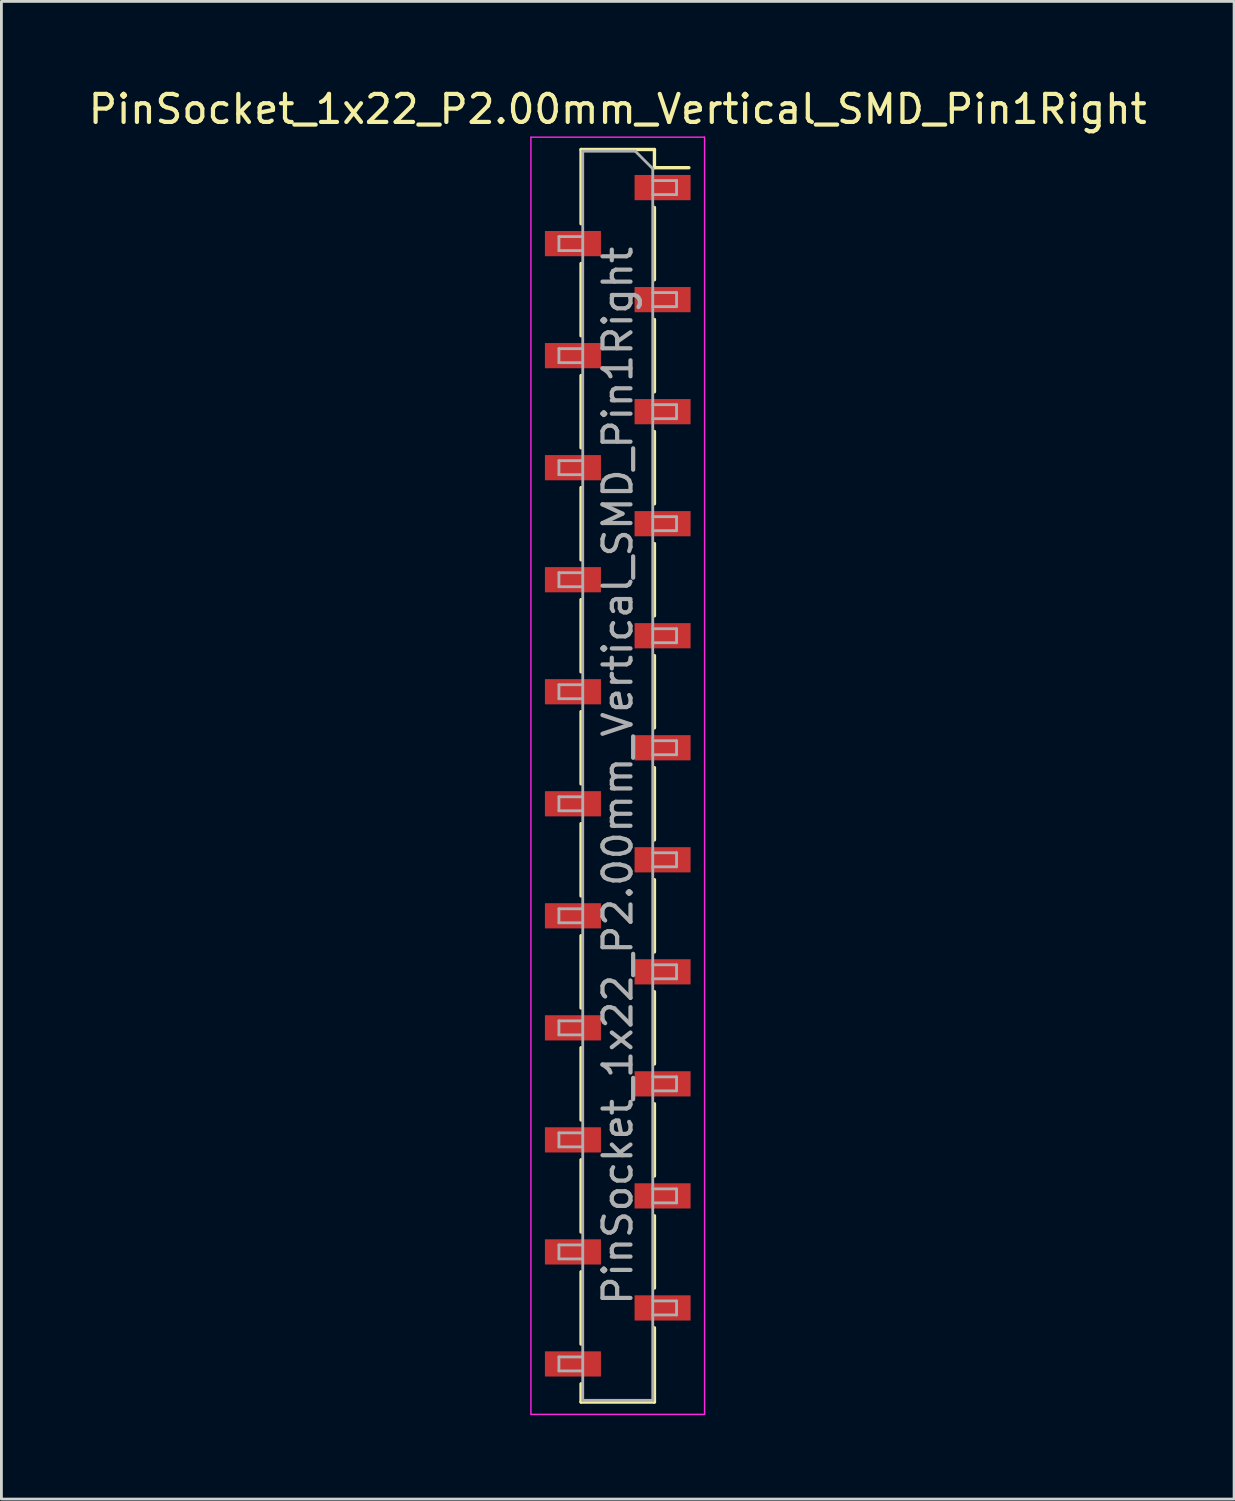
<source format=kicad_pcb>
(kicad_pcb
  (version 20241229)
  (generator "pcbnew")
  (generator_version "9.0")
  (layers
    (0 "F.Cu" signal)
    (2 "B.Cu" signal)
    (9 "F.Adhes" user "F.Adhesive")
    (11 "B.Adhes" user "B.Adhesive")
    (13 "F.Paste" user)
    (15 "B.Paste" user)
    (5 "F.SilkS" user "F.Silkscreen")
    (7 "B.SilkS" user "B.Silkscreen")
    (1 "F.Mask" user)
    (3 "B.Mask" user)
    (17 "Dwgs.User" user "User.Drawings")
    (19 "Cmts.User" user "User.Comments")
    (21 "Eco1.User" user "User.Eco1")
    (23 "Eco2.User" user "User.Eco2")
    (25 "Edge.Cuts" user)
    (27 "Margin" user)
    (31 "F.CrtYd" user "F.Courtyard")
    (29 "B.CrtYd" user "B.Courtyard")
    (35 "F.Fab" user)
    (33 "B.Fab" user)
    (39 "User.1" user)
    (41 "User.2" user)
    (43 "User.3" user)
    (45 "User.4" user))
  (footprint "PinSocket_1x22_P2.00mm_Vertical_SMD_Pin1Right"
    (layer "F.Cu")
    (at 19.006 24.648)
    (property "Reference" "PinSocket_1x22_P2.00mm_Vertical_SMD_Pin1Right" (at 0 -23.8 0) (layer "F.SilkS") (effects (font (size 1 1) (thickness 0.15))))
    (attr smd)
    (fp_line (start -1.31 -22.36) (end -1.31 -19.71) (stroke (width 0.12) (type solid)) (layer "F.SilkS"))
    (fp_line (start -1.31 -22.36) (end 1.31 -22.36) (stroke (width 0.12) (type solid)) (layer "F.SilkS"))
    (fp_line (start -1.31 -18.29) (end -1.31 -15.71) (stroke (width 0.12) (type solid)) (layer "F.SilkS"))
    (fp_line (start -1.31 -14.29) (end -1.31 -11.71) (stroke (width 0.12) (type solid)) (layer "F.SilkS"))
    (fp_line (start -1.31 -10.29) (end -1.31 -7.71) (stroke (width 0.12) (type solid)) (layer "F.SilkS"))
    (fp_line (start -1.31 -6.29) (end -1.31 -3.71) (stroke (width 0.12) (type solid)) (layer "F.SilkS"))
    (fp_line (start -1.31 -2.29) (end -1.31 0.29) (stroke (width 0.12) (type solid)) (layer "F.SilkS"))
    (fp_line (start -1.31 1.71) (end -1.31 4.29) (stroke (width 0.12) (type solid)) (layer "F.SilkS"))
    (fp_line (start -1.31 5.71) (end -1.31 8.29) (stroke (width 0.12) (type solid)) (layer "F.SilkS"))
    (fp_line (start -1.31 9.71) (end -1.31 12.29) (stroke (width 0.12) (type solid)) (layer "F.SilkS"))
    (fp_line (start -1.31 13.71) (end -1.31 16.29) (stroke (width 0.12) (type solid)) (layer "F.SilkS"))
    (fp_line (start -1.31 17.71) (end -1.31 20.29) (stroke (width 0.12) (type solid)) (layer "F.SilkS"))
    (fp_line (start -1.31 21.71) (end -1.31 22.36) (stroke (width 0.12) (type solid)) (layer "F.SilkS"))
    (fp_line (start -1.31 22.36) (end 1.31 22.36) (stroke (width 0.12) (type solid)) (layer "F.SilkS"))
    (fp_line (start 1.31 -22.36) (end 1.31 -21.71) (stroke (width 0.12) (type solid)) (layer "F.SilkS"))
    (fp_line (start 1.31 -21.71) (end 2.54 -21.71) (stroke (width 0.12) (type solid)) (layer "F.SilkS"))
    (fp_line (start 1.31 -20.29) (end 1.31 -17.71) (stroke (width 0.12) (type solid)) (layer "F.SilkS"))
    (fp_line (start 1.31 -16.29) (end 1.31 -13.71) (stroke (width 0.12) (type solid)) (layer "F.SilkS"))
    (fp_line (start 1.31 -12.29) (end 1.31 -9.71) (stroke (width 0.12) (type solid)) (layer "F.SilkS"))
    (fp_line (start 1.31 -8.29) (end 1.31 -5.71) (stroke (width 0.12) (type solid)) (layer "F.SilkS"))
    (fp_line (start 1.31 -4.29) (end 1.31 -1.71) (stroke (width 0.12) (type solid)) (layer "F.SilkS"))
    (fp_line (start 1.31 -0.29) (end 1.31 2.29) (stroke (width 0.12) (type solid)) (layer "F.SilkS"))
    (fp_line (start 1.31 3.71) (end 1.31 6.29) (stroke (width 0.12) (type solid)) (layer "F.SilkS"))
    (fp_line (start 1.31 7.71) (end 1.31 10.29) (stroke (width 0.12) (type solid)) (layer "F.SilkS"))
    (fp_line (start 1.31 11.71) (end 1.31 14.29) (stroke (width 0.12) (type solid)) (layer "F.SilkS"))
    (fp_line (start 1.31 15.71) (end 1.31 18.29) (stroke (width 0.12) (type solid)) (layer "F.SilkS"))
    (fp_line (start 1.31 19.71) (end 1.31 22.36) (stroke (width 0.12) (type solid)) (layer "F.SilkS"))
    (fp_line (start -3.1 -22.8) (end 3.1 -22.8) (stroke (width 0.05) (type solid)) (layer "F.CrtYd"))
    (fp_line (start -3.1 22.8) (end -3.1 -22.8) (stroke (width 0.05) (type solid)) (layer "F.CrtYd"))
    (fp_line (start 3.1 -22.8) (end 3.1 22.8) (stroke (width 0.05) (type solid)) (layer "F.CrtYd"))
    (fp_line (start 3.1 22.8) (end -3.1 22.8) (stroke (width 0.05) (type solid)) (layer "F.CrtYd"))
    (fp_line (start -2.1 -19.25) (end -1.25 -19.25) (stroke (width 0.1) (type solid)) (layer "F.Fab"))
    (fp_line (start -2.1 -18.75) (end -2.1 -19.25) (stroke (width 0.1) (type solid)) (layer "F.Fab"))
    (fp_line (start -2.1 -15.25) (end -1.25 -15.25) (stroke (width 0.1) (type solid)) (layer "F.Fab"))
    (fp_line (start -2.1 -14.75) (end -2.1 -15.25) (stroke (width 0.1) (type solid)) (layer "F.Fab"))
    (fp_line (start -2.1 -11.25) (end -1.25 -11.25) (stroke (width 0.1) (type solid)) (layer "F.Fab"))
    (fp_line (start -2.1 -10.75) (end -2.1 -11.25) (stroke (width 0.1) (type solid)) (layer "F.Fab"))
    (fp_line (start -2.1 -7.25) (end -1.25 -7.25) (stroke (width 0.1) (type solid)) (layer "F.Fab"))
    (fp_line (start -2.1 -6.75) (end -2.1 -7.25) (stroke (width 0.1) (type solid)) (layer "F.Fab"))
    (fp_line (start -2.1 -3.25) (end -1.25 -3.25) (stroke (width 0.1) (type solid)) (layer "F.Fab"))
    (fp_line (start -2.1 -2.75) (end -2.1 -3.25) (stroke (width 0.1) (type solid)) (layer "F.Fab"))
    (fp_line (start -2.1 0.75) (end -1.25 0.75) (stroke (width 0.1) (type solid)) (layer "F.Fab"))
    (fp_line (start -2.1 1.25) (end -2.1 0.75) (stroke (width 0.1) (type solid)) (layer "F.Fab"))
    (fp_line (start -2.1 4.75) (end -1.25 4.75) (stroke (width 0.1) (type solid)) (layer "F.Fab"))
    (fp_line (start -2.1 5.25) (end -2.1 4.75) (stroke (width 0.1) (type solid)) (layer "F.Fab"))
    (fp_line (start -2.1 8.75) (end -1.25 8.75) (stroke (width 0.1) (type solid)) (layer "F.Fab"))
    (fp_line (start -2.1 9.25) (end -2.1 8.75) (stroke (width 0.1) (type solid)) (layer "F.Fab"))
    (fp_line (start -2.1 12.75) (end -1.25 12.75) (stroke (width 0.1) (type solid)) (layer "F.Fab"))
    (fp_line (start -2.1 13.25) (end -2.1 12.75) (stroke (width 0.1) (type solid)) (layer "F.Fab"))
    (fp_line (start -2.1 16.75) (end -1.25 16.75) (stroke (width 0.1) (type solid)) (layer "F.Fab"))
    (fp_line (start -2.1 17.25) (end -2.1 16.75) (stroke (width 0.1) (type solid)) (layer "F.Fab"))
    (fp_line (start -2.1 20.75) (end -1.25 20.75) (stroke (width 0.1) (type solid)) (layer "F.Fab"))
    (fp_line (start -2.1 21.25) (end -2.1 20.75) (stroke (width 0.1) (type solid)) (layer "F.Fab"))
    (fp_line (start -1.25 -22.3) (end 0.625 -22.3) (stroke (width 0.1) (type solid)) (layer "F.Fab"))
    (fp_line (start -1.25 -18.75) (end -2.1 -18.75) (stroke (width 0.1) (type solid)) (layer "F.Fab"))
    (fp_line (start -1.25 -14.75) (end -2.1 -14.75) (stroke (width 0.1) (type solid)) (layer "F.Fab"))
    (fp_line (start -1.25 -10.75) (end -2.1 -10.75) (stroke (width 0.1) (type solid)) (layer "F.Fab"))
    (fp_line (start -1.25 -6.75) (end -2.1 -6.75) (stroke (width 0.1) (type solid)) (layer "F.Fab"))
    (fp_line (start -1.25 -2.75) (end -2.1 -2.75) (stroke (width 0.1) (type solid)) (layer "F.Fab"))
    (fp_line (start -1.25 1.25) (end -2.1 1.25) (stroke (width 0.1) (type solid)) (layer "F.Fab"))
    (fp_line (start -1.25 5.25) (end -2.1 5.25) (stroke (width 0.1) (type solid)) (layer "F.Fab"))
    (fp_line (start -1.25 9.25) (end -2.1 9.25) (stroke (width 0.1) (type solid)) (layer "F.Fab"))
    (fp_line (start -1.25 13.25) (end -2.1 13.25) (stroke (width 0.1) (type solid)) (layer "F.Fab"))
    (fp_line (start -1.25 17.25) (end -2.1 17.25) (stroke (width 0.1) (type solid)) (layer "F.Fab"))
    (fp_line (start -1.25 21.25) (end -2.1 21.25) (stroke (width 0.1) (type solid)) (layer "F.Fab"))
    (fp_line (start -1.25 22.3) (end -1.25 -22.3) (stroke (width 0.1) (type solid)) (layer "F.Fab"))
    (fp_line (start 0.625 -22.3) (end 1.25 -21.675) (stroke (width 0.1) (type solid)) (layer "F.Fab"))
    (fp_line (start 1.25 -21.675) (end 1.25 22.3) (stroke (width 0.1) (type solid)) (layer "F.Fab"))
    (fp_line (start 1.25 -21.25) (end 2.1 -21.25) (stroke (width 0.1) (type solid)) (layer "F.Fab"))
    (fp_line (start 1.25 -17.25) (end 2.1 -17.25) (stroke (width 0.1) (type solid)) (layer "F.Fab"))
    (fp_line (start 1.25 -13.25) (end 2.1 -13.25) (stroke (width 0.1) (type solid)) (layer "F.Fab"))
    (fp_line (start 1.25 -9.25) (end 2.1 -9.25) (stroke (width 0.1) (type solid)) (layer "F.Fab"))
    (fp_line (start 1.25 -5.25) (end 2.1 -5.25) (stroke (width 0.1) (type solid)) (layer "F.Fab"))
    (fp_line (start 1.25 -1.25) (end 2.1 -1.25) (stroke (width 0.1) (type solid)) (layer "F.Fab"))
    (fp_line (start 1.25 2.75) (end 2.1 2.75) (stroke (width 0.1) (type solid)) (layer "F.Fab"))
    (fp_line (start 1.25 6.75) (end 2.1 6.75) (stroke (width 0.1) (type solid)) (layer "F.Fab"))
    (fp_line (start 1.25 10.75) (end 2.1 10.75) (stroke (width 0.1) (type solid)) (layer "F.Fab"))
    (fp_line (start 1.25 14.75) (end 2.1 14.75) (stroke (width 0.1) (type solid)) (layer "F.Fab"))
    (fp_line (start 1.25 18.75) (end 2.1 18.75) (stroke (width 0.1) (type solid)) (layer "F.Fab"))
    (fp_line (start 1.25 22.3) (end -1.25 22.3) (stroke (width 0.1) (type solid)) (layer "F.Fab"))
    (fp_line (start 2.1 -21.25) (end 2.1 -20.75) (stroke (width 0.1) (type solid)) (layer "F.Fab"))
    (fp_line (start 2.1 -20.75) (end 1.25 -20.75) (stroke (width 0.1) (type solid)) (layer "F.Fab"))
    (fp_line (start 2.1 -17.25) (end 2.1 -16.75) (stroke (width 0.1) (type solid)) (layer "F.Fab"))
    (fp_line (start 2.1 -16.75) (end 1.25 -16.75) (stroke (width 0.1) (type solid)) (layer "F.Fab"))
    (fp_line (start 2.1 -13.25) (end 2.1 -12.75) (stroke (width 0.1) (type solid)) (layer "F.Fab"))
    (fp_line (start 2.1 -12.75) (end 1.25 -12.75) (stroke (width 0.1) (type solid)) (layer "F.Fab"))
    (fp_line (start 2.1 -9.25) (end 2.1 -8.75) (stroke (width 0.1) (type solid)) (layer "F.Fab"))
    (fp_line (start 2.1 -8.75) (end 1.25 -8.75) (stroke (width 0.1) (type solid)) (layer "F.Fab"))
    (fp_line (start 2.1 -5.25) (end 2.1 -4.75) (stroke (width 0.1) (type solid)) (layer "F.Fab"))
    (fp_line (start 2.1 -4.75) (end 1.25 -4.75) (stroke (width 0.1) (type solid)) (layer "F.Fab"))
    (fp_line (start 2.1 -1.25) (end 2.1 -0.75) (stroke (width 0.1) (type solid)) (layer "F.Fab"))
    (fp_line (start 2.1 -0.75) (end 1.25 -0.75) (stroke (width 0.1) (type solid)) (layer "F.Fab"))
    (fp_line (start 2.1 2.75) (end 2.1 3.25) (stroke (width 0.1) (type solid)) (layer "F.Fab"))
    (fp_line (start 2.1 3.25) (end 1.25 3.25) (stroke (width 0.1) (type solid)) (layer "F.Fab"))
    (fp_line (start 2.1 6.75) (end 2.1 7.25) (stroke (width 0.1) (type solid)) (layer "F.Fab"))
    (fp_line (start 2.1 7.25) (end 1.25 7.25) (stroke (width 0.1) (type solid)) (layer "F.Fab"))
    (fp_line (start 2.1 10.75) (end 2.1 11.25) (stroke (width 0.1) (type solid)) (layer "F.Fab"))
    (fp_line (start 2.1 11.25) (end 1.25 11.25) (stroke (width 0.1) (type solid)) (layer "F.Fab"))
    (fp_line (start 2.1 14.75) (end 2.1 15.25) (stroke (width 0.1) (type solid)) (layer "F.Fab"))
    (fp_line (start 2.1 15.25) (end 1.25 15.25) (stroke (width 0.1) (type solid)) (layer "F.Fab"))
    (fp_line (start 2.1 18.75) (end 2.1 19.25) (stroke (width 0.1) (type solid)) (layer "F.Fab"))
    (fp_line (start 2.1 19.25) (end 1.25 19.25) (stroke (width 0.1) (type solid)) (layer "F.Fab"))
    (fp_text user "${REFERENCE}" (at 0 0 90) (layer "F.Fab") (effects (font (size 1 1) (thickness 0.15))))
    (pad "1" smd rect (at 1.6 -21) (size 2 0.9) (layers "F.Cu" "F.Mask" "F.Paste"))
    (pad "2" smd rect (at -1.6 -19) (size 2 0.9) (layers "F.Cu" "F.Mask" "F.Paste"))
    (pad "3" smd rect (at 1.6 -17) (size 2 0.9) (layers "F.Cu" "F.Mask" "F.Paste"))
    (pad "4" smd rect (at -1.6 -15) (size 2 0.9) (layers "F.Cu" "F.Mask" "F.Paste"))
    (pad "5" smd rect (at 1.6 -13) (size 2 0.9) (layers "F.Cu" "F.Mask" "F.Paste"))
    (pad "6" smd rect (at -1.6 -11) (size 2 0.9) (layers "F.Cu" "F.Mask" "F.Paste"))
    (pad "7" smd rect (at 1.6 -9) (size 2 0.9) (layers "F.Cu" "F.Mask" "F.Paste"))
    (pad "8" smd rect (at -1.6 -7) (size 2 0.9) (layers "F.Cu" "F.Mask" "F.Paste"))
    (pad "9" smd rect (at 1.6 -5) (size 2 0.9) (layers "F.Cu" "F.Mask" "F.Paste"))
    (pad "10" smd rect (at -1.6 -3) (size 2 0.9) (layers "F.Cu" "F.Mask" "F.Paste"))
    (pad "11" smd rect (at 1.6 -1) (size 2 0.9) (layers "F.Cu" "F.Mask" "F.Paste"))
    (pad "12" smd rect (at -1.6 1) (size 2 0.9) (layers "F.Cu" "F.Mask" "F.Paste"))
    (pad "13" smd rect (at 1.6 3) (size 2 0.9) (layers "F.Cu" "F.Mask" "F.Paste"))
    (pad "14" smd rect (at -1.6 5) (size 2 0.9) (layers "F.Cu" "F.Mask" "F.Paste"))
    (pad "15" smd rect (at 1.6 7) (size 2 0.9) (layers "F.Cu" "F.Mask" "F.Paste"))
    (pad "16" smd rect (at -1.6 9) (size 2 0.9) (layers "F.Cu" "F.Mask" "F.Paste"))
    (pad "17" smd rect (at 1.6 11) (size 2 0.9) (layers "F.Cu" "F.Mask" "F.Paste"))
    (pad "18" smd rect (at -1.6 13) (size 2 0.9) (layers "F.Cu" "F.Mask" "F.Paste"))
    (pad "19" smd rect (at 1.6 15) (size 2 0.9) (layers "F.Cu" "F.Mask" "F.Paste"))
    (pad "20" smd rect (at -1.6 17) (size 2 0.9) (layers "F.Cu" "F.Mask" "F.Paste"))
    (pad "21" smd rect (at 1.6 19) (size 2 0.9) (layers "F.Cu" "F.Mask" "F.Paste"))
    (pad "22" smd rect (at -1.6 21) (size 2 0.9) (layers "F.Cu" "F.Mask" "F.Paste")))
  (gr_rect
    (start -3 -3)
    (end 41.012 50.473)
    (stroke (width 0.1) (type default))
    (fill no)
    (layer "Edge.Cuts")))
</source>
